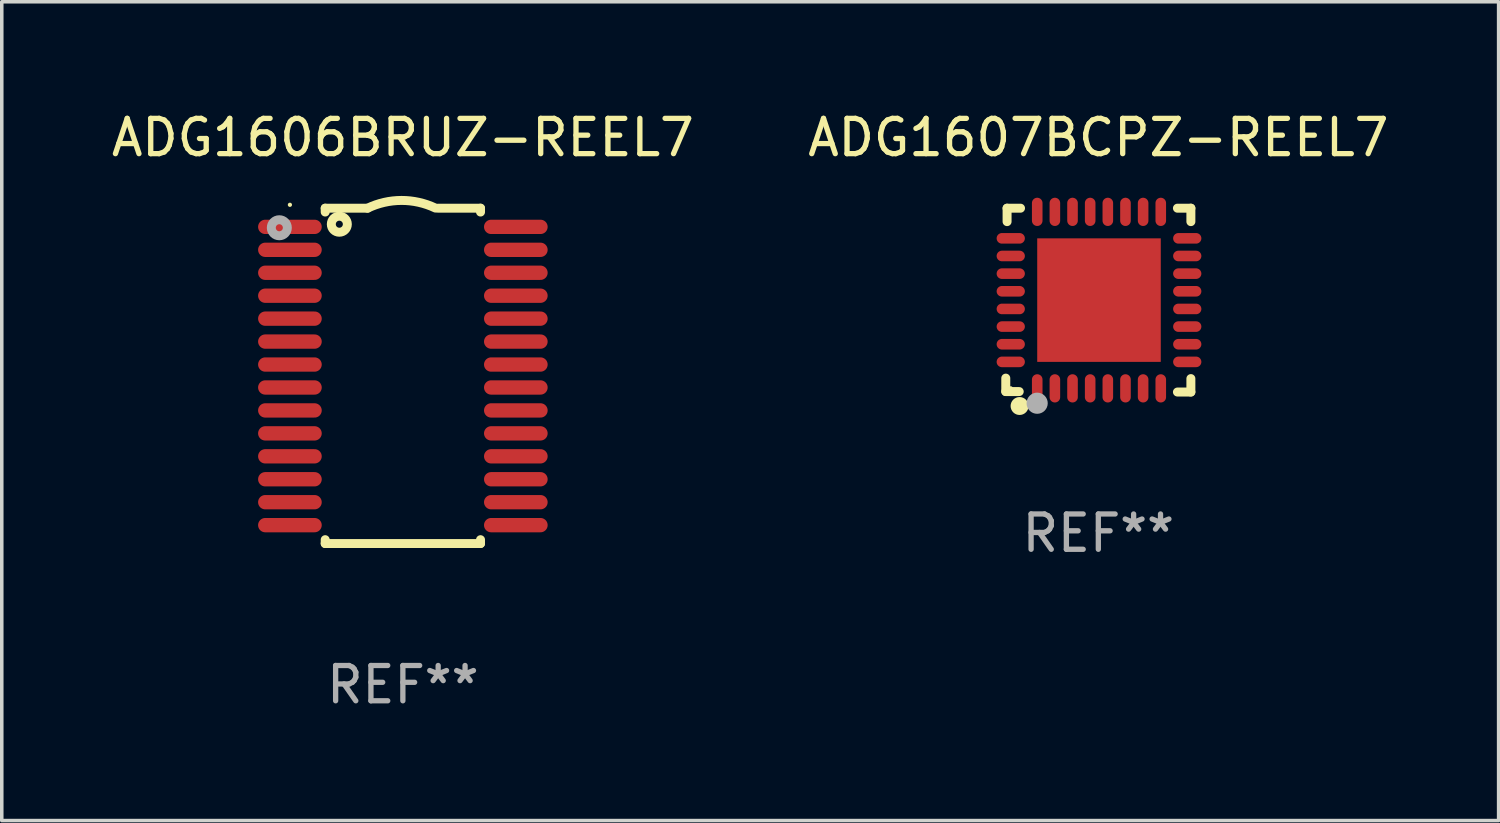
<source format=kicad_pcb>
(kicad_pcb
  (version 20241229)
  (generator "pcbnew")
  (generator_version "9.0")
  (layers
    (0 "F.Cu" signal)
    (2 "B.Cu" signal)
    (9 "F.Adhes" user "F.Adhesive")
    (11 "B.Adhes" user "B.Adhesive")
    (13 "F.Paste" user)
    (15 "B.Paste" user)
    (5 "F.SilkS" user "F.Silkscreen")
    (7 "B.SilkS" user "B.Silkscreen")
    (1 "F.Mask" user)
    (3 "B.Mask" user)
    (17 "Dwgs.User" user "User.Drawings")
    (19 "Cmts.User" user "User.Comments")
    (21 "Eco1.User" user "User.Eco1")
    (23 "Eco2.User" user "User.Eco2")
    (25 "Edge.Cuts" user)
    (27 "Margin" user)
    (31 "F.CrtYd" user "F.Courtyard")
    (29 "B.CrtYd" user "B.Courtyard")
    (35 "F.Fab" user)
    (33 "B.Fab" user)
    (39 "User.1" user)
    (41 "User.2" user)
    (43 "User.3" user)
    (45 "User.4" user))
  (footprint "ADG1606BRUZ-REEL7"
    (layer "F.Cu")
    (at 8.363 7.598)
    (property "Reference" "ADG1606BRUZ-REEL7" (at 0 -6.75 0) (layer "F.SilkS") (effects (font (size 1 1) (thickness 0.15))))
    (attr through_hole)
    (fp_line (start -2.2 -4.75) (end -2.2 -4.641) (stroke (width 0.254) (type solid)) (layer "F.SilkS"))
    (fp_line (start -2.2 -4.75) (end -1 -4.75) (stroke (width 0.254) (type solid)) (layer "F.SilkS"))
    (fp_line (start -2.2 4.641) (end -2.2 4.75) (stroke (width 0.254) (type solid)) (layer "F.SilkS"))
    (fp_line (start -2.2 4.75) (end 2.2 4.75) (stroke (width 0.254) (type solid)) (layer "F.SilkS"))
    (fp_line (start 2.2 -4.75) (end 1 -4.75) (stroke (width 0.254) (type solid)) (layer "F.SilkS"))
    (fp_line (start 2.2 -4.75) (end 2.2 -4.641) (stroke (width 0.254) (type solid)) (layer "F.SilkS"))
    (fp_line (start 2.2 4.641) (end 2.2 4.75) (stroke (width 0.254) (type solid)) (layer "F.SilkS"))
    (fp_arc (start -1.000025 -4.750013) (mid -0.040073 -4.969719) (end 0.920777 -4.753975) (stroke (width 0.254001) (type solid)) (layer "F.SilkS"))
    (fp_circle (center -3.2 -4.846) (end -3.17 -4.846) (stroke (width 0.06) (type solid)) (fill no) (layer "F.SilkS"))
    (fp_circle (center -1.8 -4.296) (end -1.7 -4.296) (stroke (width 0.254) (type solid)) (fill no) (layer "F.SilkS"))
    (fp_circle (center -3.5 -4.196) (end -3.4 -4.196) (stroke (width 0.254) (type solid)) (fill no) (layer "F.Fab"))
    (fp_text user "REF**" (at 0 8.75 0) (layer "F.Fab") (effects (font (size 1 1) (thickness 0.15))))
    (pad "1" smd oval (at -3.2 -4.221) (size 1.803 0.406) (layers "F.Cu" "F.Mask" "F.Paste"))
    (pad "2" smd oval (at -3.2 -3.571) (size 1.803 0.406) (layers "F.Cu" "F.Mask" "F.Paste"))
    (pad "3" smd oval (at -3.2 -2.921) (size 1.803 0.406) (layers "F.Cu" "F.Mask" "F.Paste"))
    (pad "4" smd oval (at -3.2 -2.271) (size 1.803 0.406) (layers "F.Cu" "F.Mask" "F.Paste"))
    (pad "5" smd oval (at -3.2 -1.621) (size 1.803 0.406) (layers "F.Cu" "F.Mask" "F.Paste"))
    (pad "6" smd oval (at -3.2 -0.971) (size 1.803 0.406) (layers "F.Cu" "F.Mask" "F.Paste"))
    (pad "7" smd oval (at -3.2 -0.321) (size 1.803 0.406) (layers "F.Cu" "F.Mask" "F.Paste"))
    (pad "8" smd oval (at -3.2 0.329) (size 1.803 0.406) (layers "F.Cu" "F.Mask" "F.Paste"))
    (pad "9" smd oval (at -3.2 0.979) (size 1.803 0.406) (layers "F.Cu" "F.Mask" "F.Paste"))
    (pad "10" smd oval (at -3.2 1.629) (size 1.803 0.406) (layers "F.Cu" "F.Mask" "F.Paste"))
    (pad "11" smd oval (at -3.2 2.279) (size 1.803 0.406) (layers "F.Cu" "F.Mask" "F.Paste"))
    (pad "12" smd oval (at -3.2 2.929) (size 1.803 0.406) (layers "F.Cu" "F.Mask" "F.Paste"))
    (pad "13" smd oval (at -3.2 3.579) (size 1.803 0.406) (layers "F.Cu" "F.Mask" "F.Paste"))
    (pad "14" smd oval (at -3.2 4.229) (size 1.803 0.406) (layers "F.Cu" "F.Mask" "F.Paste"))
    (pad "15" smd oval (at 3.2 4.229) (size 1.803 0.406) (layers "F.Cu" "F.Mask" "F.Paste"))
    (pad "16" smd oval (at 3.2 3.579) (size 1.803 0.406) (layers "F.Cu" "F.Mask" "F.Paste"))
    (pad "17" smd oval (at 3.2 2.929) (size 1.803 0.406) (layers "F.Cu" "F.Mask" "F.Paste"))
    (pad "18" smd oval (at 3.2 2.279) (size 1.803 0.406) (layers "F.Cu" "F.Mask" "F.Paste"))
    (pad "19" smd oval (at 3.2 1.629) (size 1.803 0.406) (layers "F.Cu" "F.Mask" "F.Paste"))
    (pad "20" smd oval (at 3.2 0.979) (size 1.803 0.406) (layers "F.Cu" "F.Mask" "F.Paste"))
    (pad "21" smd oval (at 3.2 0.329) (size 1.803 0.406) (layers "F.Cu" "F.Mask" "F.Paste"))
    (pad "22" smd oval (at 3.2 -0.321) (size 1.803 0.406) (layers "F.Cu" "F.Mask" "F.Paste"))
    (pad "23" smd oval (at 3.2 -0.971) (size 1.803 0.406) (layers "F.Cu" "F.Mask" "F.Paste"))
    (pad "24" smd oval (at 3.2 -1.621) (size 1.803 0.406) (layers "F.Cu" "F.Mask" "F.Paste"))
    (pad "25" smd oval (at 3.2 -2.271) (size 1.803 0.406) (layers "F.Cu" "F.Mask" "F.Paste"))
    (pad "26" smd oval (at 3.2 -2.921) (size 1.803 0.406) (layers "F.Cu" "F.Mask" "F.Paste"))
    (pad "27" smd oval (at 3.2 -3.571) (size 1.803 0.406) (layers "F.Cu" "F.Mask" "F.Paste"))
    (pad "28" smd oval (at 3.2 -4.221) (size 1.803 0.406) (layers "F.Cu" "F.Mask" "F.Paste")))
  (footprint "ADG1607BCPZ-REEL7"
    (layer "F.Cu")
    (at 28.065 5.452)
    (property "Reference" "ADG1607BCPZ-REEL7" (at 0 -4.604 0) (layer "F.SilkS") (effects (font (size 1 1) (thickness 0.15))))
    (attr through_hole)
    (fp_line (start -2.622 2.21) (end -2.622 2.591) (stroke (width 0.254) (type solid)) (layer "F.SilkS"))
    (fp_line (start -2.622 2.591) (end -2.241 2.591) (stroke (width 0.254) (type solid)) (layer "F.SilkS"))
    (fp_line (start -2.585 -2.604) (end -2.585 -2.223) (stroke (width 0.254) (type solid)) (layer "F.SilkS"))
    (fp_line (start -2.204 -2.604) (end -2.585 -2.604) (stroke (width 0.254) (type solid)) (layer "F.SilkS"))
    (fp_line (start 2.241 2.604) (end 2.622 2.604) (stroke (width 0.254) (type solid)) (layer "F.SilkS"))
    (fp_line (start 2.622 -2.604) (end 2.241 -2.604) (stroke (width 0.254) (type solid)) (layer "F.SilkS"))
    (fp_line (start 2.622 -2.223) (end 2.622 -2.604) (stroke (width 0.254) (type solid)) (layer "F.SilkS"))
    (fp_line (start 2.622 2.604) (end 2.622 2.223) (stroke (width 0.254) (type solid)) (layer "F.SilkS"))
    (fp_circle (center -2.481 2.5) (end -2.451 2.5) (stroke (width 0.06) (type solid)) (fill no) (layer "F.SilkS"))
    (fp_circle (center -2.231 3) (end -2.104 3) (stroke (width 0.254) (type solid)) (fill no) (layer "F.SilkS"))
    (fp_circle (center -1.733 2.921) (end -1.583 2.921) (stroke (width 0.3) (type solid)) (fill no) (layer "F.Fab"))
    (fp_text user "REF**" (at 0 6.604 0) (layer "F.Fab") (effects (font (size 1 1) (thickness 0.15))))
    (pad "1" smd oval (at -1.731 2.5 90) (size 0.8 0.3) (layers "F.Cu" "F.Mask" "F.Paste"))
    (pad "2" smd oval (at -1.231 2.5 90) (size 0.8 0.3) (layers "F.Cu" "F.Mask" "F.Paste"))
    (pad "3" smd oval (at -0.731 2.5 90) (size 0.8 0.3) (layers "F.Cu" "F.Mask" "F.Paste"))
    (pad "4" smd oval (at -0.231 2.5 90) (size 0.8 0.3) (layers "F.Cu" "F.Mask" "F.Paste"))
    (pad "5" smd oval (at 0.269 2.5 90) (size 0.8 0.3) (layers "F.Cu" "F.Mask" "F.Paste"))
    (pad "6" smd oval (at 0.769 2.5 90) (size 0.8 0.3) (layers "F.Cu" "F.Mask" "F.Paste"))
    (pad "7" smd oval (at 1.269 2.5 90) (size 0.8 0.3) (layers "F.Cu" "F.Mask" "F.Paste"))
    (pad "8" smd oval (at 1.769 2.5 90) (size 0.8 0.3) (layers "F.Cu" "F.Mask" "F.Paste"))
    (pad "9" smd oval (at 2.519 1.75 180) (size 0.8 0.3) (layers "F.Cu" "F.Mask" "F.Paste"))
    (pad "10" smd oval (at 2.519 1.25 180) (size 0.8 0.3) (layers "F.Cu" "F.Mask" "F.Paste"))
    (pad "11" smd oval (at 2.519 0.75 180) (size 0.8 0.3) (layers "F.Cu" "F.Mask" "F.Paste"))
    (pad "12" smd oval (at 2.519 0.25 180) (size 0.8 0.3) (layers "F.Cu" "F.Mask" "F.Paste"))
    (pad "13" smd oval (at 2.519 -0.25 180) (size 0.8 0.3) (layers "F.Cu" "F.Mask" "F.Paste"))
    (pad "14" smd oval (at 2.519 -0.75 180) (size 0.8 0.3) (layers "F.Cu" "F.Mask" "F.Paste"))
    (pad "15" smd oval (at 2.519 -1.25 180) (size 0.8 0.3) (layers "F.Cu" "F.Mask" "F.Paste"))
    (pad "16" smd oval (at 2.519 -1.75 180) (size 0.8 0.3) (layers "F.Cu" "F.Mask" "F.Paste"))
    (pad "17" smd oval (at 1.769 -2.5 270) (size 0.8 0.3) (layers "F.Cu" "F.Mask" "F.Paste"))
    (pad "18" smd oval (at 1.269 -2.5 270) (size 0.8 0.3) (layers "F.Cu" "F.Mask" "F.Paste"))
    (pad "19" smd oval (at 0.769 -2.5 270) (size 0.8 0.3) (layers "F.Cu" "F.Mask" "F.Paste"))
    (pad "20" smd oval (at 0.269 -2.5 270) (size 0.8 0.3) (layers "F.Cu" "F.Mask" "F.Paste"))
    (pad "21" smd oval (at -0.231 -2.5 270) (size 0.8 0.3) (layers "F.Cu" "F.Mask" "F.Paste"))
    (pad "22" smd oval (at -0.731 -2.5 270) (size 0.8 0.3) (layers "F.Cu" "F.Mask" "F.Paste"))
    (pad "23" smd oval (at -1.231 -2.5 270) (size 0.8 0.3) (layers "F.Cu" "F.Mask" "F.Paste"))
    (pad "24" smd oval (at -1.731 -2.5 270) (size 0.8 0.3) (layers "F.Cu" "F.Mask" "F.Paste"))
    (pad "25" smd oval (at -2.481 -1.75) (size 0.8 0.3) (layers "F.Cu" "F.Mask" "F.Paste"))
    (pad "26" smd oval (at -2.481 -1.25) (size 0.8 0.3) (layers "F.Cu" "F.Mask" "F.Paste"))
    (pad "27" smd oval (at -2.481 -0.75) (size 0.8 0.3) (layers "F.Cu" "F.Mask" "F.Paste"))
    (pad "28" smd oval (at -2.481 -0.25) (size 0.8 0.3) (layers "F.Cu" "F.Mask" "F.Paste"))
    (pad "29" smd oval (at -2.481 0.25) (size 0.8 0.3) (layers "F.Cu" "F.Mask" "F.Paste"))
    (pad "30" smd oval (at -2.481 0.75) (size 0.8 0.3) (layers "F.Cu" "F.Mask" "F.Paste"))
    (pad "31" smd oval (at -2.481 1.25) (size 0.8 0.3) (layers "F.Cu" "F.Mask" "F.Paste"))
    (pad "32" smd oval (at -2.481 1.75) (size 0.8 0.3) (layers "F.Cu" "F.Mask" "F.Paste"))
    (pad "33" smd rect (at 0.019 -0.000025 90) (size 3.5 3.5) (layers "F.Cu" "F.Mask" "F.Paste")))
  (gr_rect
    (start -3 -3)
    (end 39.405 20.197)
    (stroke (width 0.1) (type default))
    (fill no)
    (layer "Edge.Cuts")))
</source>
